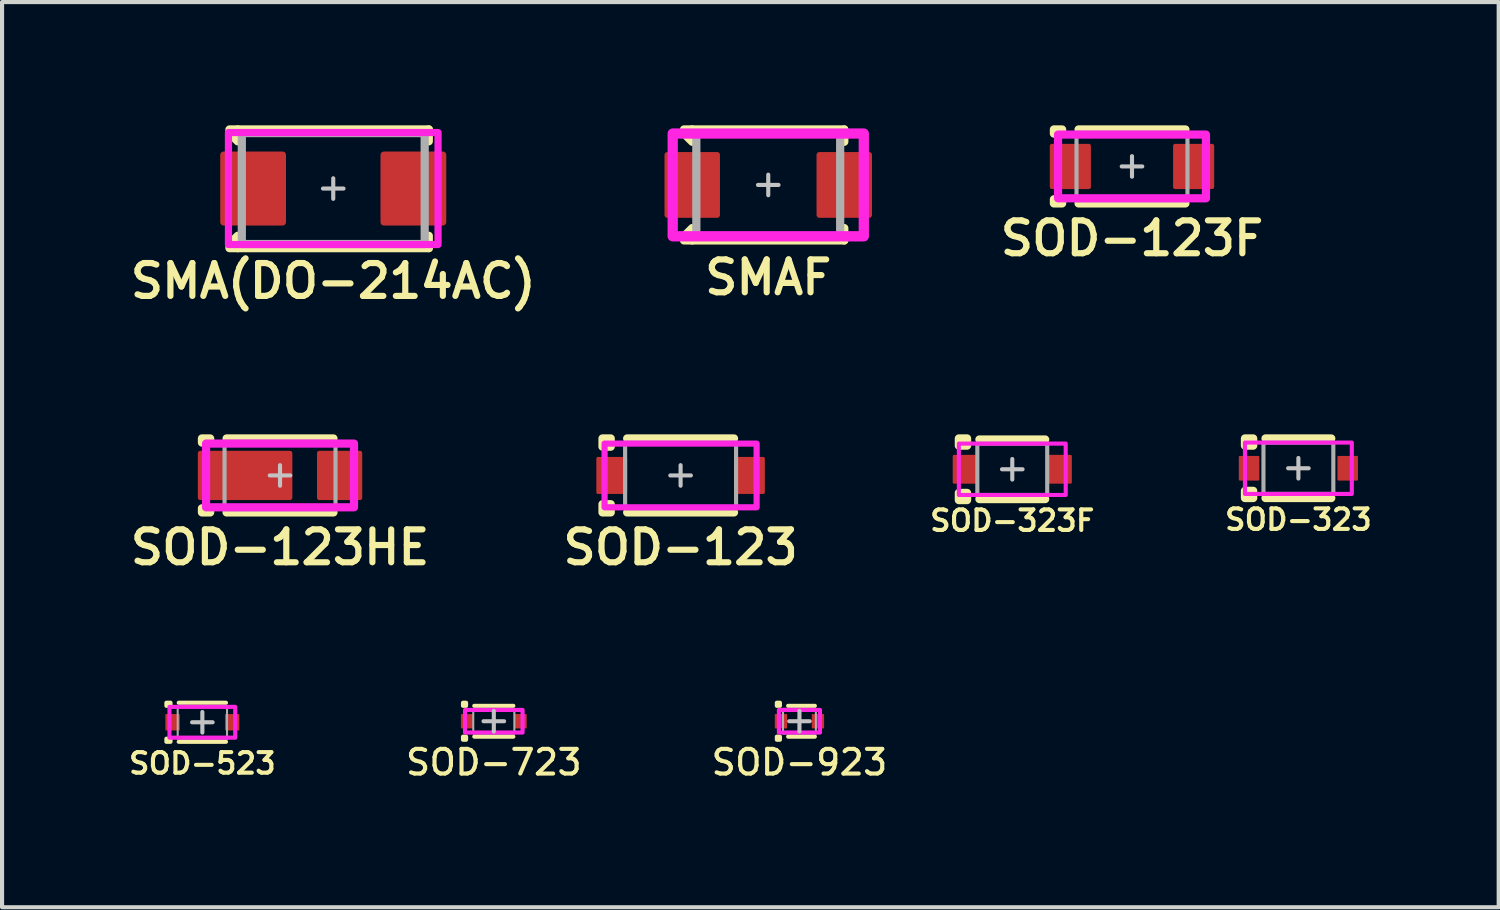
<source format=kicad_pcb>
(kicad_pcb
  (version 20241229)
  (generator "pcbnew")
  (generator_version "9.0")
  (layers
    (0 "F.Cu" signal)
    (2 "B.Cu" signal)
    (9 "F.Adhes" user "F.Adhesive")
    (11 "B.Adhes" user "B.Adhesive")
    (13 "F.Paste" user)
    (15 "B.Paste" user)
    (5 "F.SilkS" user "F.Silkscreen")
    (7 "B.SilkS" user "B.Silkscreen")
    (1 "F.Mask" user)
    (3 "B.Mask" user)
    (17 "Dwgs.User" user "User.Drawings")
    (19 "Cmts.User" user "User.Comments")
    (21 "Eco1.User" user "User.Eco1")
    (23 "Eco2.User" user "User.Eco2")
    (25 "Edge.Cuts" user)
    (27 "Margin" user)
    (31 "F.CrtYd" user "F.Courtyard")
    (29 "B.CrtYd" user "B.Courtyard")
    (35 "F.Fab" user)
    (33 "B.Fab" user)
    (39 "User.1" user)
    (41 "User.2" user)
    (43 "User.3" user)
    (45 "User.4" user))
  (footprint "SOD-323"
    (layer "F.Cu")
    (at 28.544 8.344)
    (property "Reference" "SOD-323" (at 0 1.25 0) (unlocked yes) (layer "F.SilkS") (effects (font (size 0.5 0.5) (thickness 0.1) (bold yes))))
    (attr smd)
    (fp_line (start -0.8 -0.725) (end 0.8 -0.725) (stroke (width 0.2) (type solid)) (layer "F.SilkS"))
    (fp_line (start -0.8 0.725) (end 0.8 0.725) (stroke (width 0.2) (type solid)) (layer "F.SilkS"))
    (fp_rect (start -1.3 -0.725) (end -1.1 -0.55) (stroke (width 0.2) (type solid)) (fill no) (layer "F.SilkS"))
    (fp_rect (start -1.3 0.55) (end -1.1 0.725) (stroke (width 0.2) (type solid)) (fill no) (layer "F.SilkS"))
    (fp_line (start -0.25 0) (end 0.25 0) (stroke (width 0.1) (type solid)) (layer "Dwgs.User"))
    (fp_line (start 0 -0.25) (end 0 0.25) (stroke (width 0.1) (type solid)) (layer "Dwgs.User"))
    (fp_rect (start -1.3 -0.625) (end 1.3 0.625) (stroke (width 0.1) (type solid)) (fill no) (layer "F.CrtYd"))
    (fp_rect (start -0.85 -0.625) (end 0.85 0.625) (stroke (width 0.1) (type solid)) (fill no) (layer "F.Fab"))
    (pad "1" smd roundrect (at -1.2 0 90) (size 0.6 0.5) (layers "F.Cu" "F.Mask" "F.Paste") (roundrect_rratio 0.05))
    (pad "2" smd roundrect (at 1.2 0 90) (size 0.6 0.5) (layers "F.Cu" "F.Mask" "F.Paste") (roundrect_rratio 0.05)))
  (footprint "SOD-723"
    (layer "F.Cu")
    (at 8.966 14.5)
    (property "Reference" "SOD-723" (at 0 1 0) (unlocked yes) (layer "F.SilkS") (effects (font (size 0.6 0.6) (thickness 0.1))))
    (attr smd)
    (fp_line (start -0.475 -0.375) (end 0.475 -0.375) (stroke (width 0.1) (type solid)) (layer "F.SilkS"))
    (fp_line (start -0.475 0.375) (end 0.475 0.375) (stroke (width 0.1) (type solid)) (layer "F.SilkS"))
    (fp_rect (start -0.75 -0.375) (end -0.675 -0.45) (stroke (width 0.1) (type solid)) (fill no) (layer "F.SilkS"))
    (fp_rect (start -0.75 0.375) (end -0.675 0.45) (stroke (width 0.1) (type solid)) (fill no) (layer "F.SilkS"))
    (fp_line (start -0.25 0) (end 0.25 0) (stroke (width 0.1) (type solid)) (layer "Dwgs.User"))
    (fp_line (start 0 -0.25) (end 0 0.25) (stroke (width 0.1) (type solid)) (layer "Dwgs.User"))
    (fp_rect (start -0.7 -0.275) (end 0.7 0.275) (stroke (width 0.1) (type solid)) (fill no) (layer "F.CrtYd"))
    (fp_rect (start -0.5 -0.3) (end 0.5 0.3) (stroke (width 0.05) (type solid)) (fill no) (layer "F.Fab"))
    (pad "1" smd roundrect (at -0.65 0 90) (size 0.35 0.3) (layers "F.Cu" "F.Mask" "F.Paste") (roundrect_rratio 0.05))
    (pad "2" smd roundrect (at 0.65 0 90) (size 0.35 0.3) (layers "F.Cu" "F.Mask" "F.Paste") (roundrect_rratio 0.05)))
  (footprint "SOD-123F"
    (layer "F.Cu")
    (at 24.495 1)
    (property "Reference" "SOD-123F" (at 0 1.75 0) (unlocked yes) (layer "F.SilkS") (effects (font (size 0.8 0.8) (thickness 0.15))))
    (attr smd)
    (fp_line (start -1.3 -0.9) (end 1.3 -0.9) (stroke (width 0.2) (type solid)) (layer "F.SilkS"))
    (fp_line (start -1.3 0.9) (end 1.3 0.9) (stroke (width 0.2) (type solid)) (layer "F.SilkS"))
    (fp_rect (start -1.9 -0.8) (end -1.7 -0.9) (stroke (width 0.2) (type solid)) (fill no) (layer "F.SilkS"))
    (fp_rect (start -1.9 0.9) (end -1.7 0.8) (stroke (width 0.2) (type solid)) (fill no) (layer "F.SilkS"))
    (fp_line (start -0.25 0) (end 0.25 0) (stroke (width 0.1) (type solid)) (layer "Dwgs.User"))
    (fp_line (start 0 -0.25) (end 0 0.25) (stroke (width 0.1) (type solid)) (layer "Dwgs.User"))
    (fp_rect (start -1.8 -0.775) (end 1.8 0.775) (stroke (width 0.2) (type solid)) (fill no) (layer "F.CrtYd"))
    (fp_rect (start -1.35 -0.825) (end 1.35 0.825) (stroke (width 0.1) (type solid)) (fill no) (layer "F.Fab"))
    (pad "1" smd roundrect (at -1.5 0 90) (size 1.1 1) (layers "F.Cu" "F.Mask" "F.Paste") (roundrect_rratio 0.05))
    (pad "2" smd roundrect (at 1.5 0 90) (size 1.1 1) (layers "F.Cu" "F.Mask" "F.Paste") (roundrect_rratio 0.05)))
  (footprint "SMA(DO-214AC)"
    (layer "F.Cu")
    (at 5.059 1.538)
    (property "Reference" "SMA(DO-214AC)" (at 0 2.25 0) (unlocked yes) (layer "F.SilkS") (effects (font (size 0.8 0.8) (thickness 0.15))))
    (attr smd)
    (fp_line (start -2.325 1.45) (end 2.325 1.45) (stroke (width 0.2) (type solid)) (layer "F.SilkS"))
    (fp_line (start 2.325 -1.438) (end -2.325 -1.438) (stroke (width 0.2) (type solid)) (layer "F.SilkS"))
    (fp_line (start 2.325 -1.15) (end 2.325 -1.438) (stroke (width 0.2) (type solid)) (layer "F.SilkS"))
    (fp_line (start 2.325 1.45) (end 2.325 1.15) (stroke (width 0.2) (type solid)) (layer "F.SilkS"))
    (fp_poly (pts (xy -2.325 -1.15) (xy -2.525 -1.35) (xy -2.525 -1.438) (xy -2.325 -1.438)) (stroke (width 0.2) (type solid)) (fill yes) (layer "F.SilkS"))
    (fp_poly (pts (xy -2.325 1.15) (xy -2.525 1.35) (xy -2.525 1.45) (xy -2.325 1.45)) (stroke (width 0.2) (type solid)) (fill yes) (layer "F.SilkS"))
    (fp_line (start -0.25 0) (end 0.25 0) (stroke (width 0.1) (type solid)) (layer "Dwgs.User"))
    (fp_line (start 0 -0.25) (end 0 0.25) (stroke (width 0.1) (type solid)) (layer "Dwgs.User"))
    (fp_rect (start -2.55 -1.363) (end 2.55 1.363) (stroke (width 0.175) (type solid)) (fill no) (layer "F.CrtYd"))
    (fp_rect (start -2.225 -1.35) (end 2.225 1.35) (stroke (width 0.2) (type solid)) (fill no) (layer "F.Fab"))
    (pad "1" smd roundrect (at -1.95 0 90) (size 1.8 1.6) (layers "F.Cu" "F.Mask" "F.Paste") (roundrect_rratio 0.05))
    (pad "2" smd roundrect (at 1.95 0 90) (size 1.8 1.6) (layers "F.Cu" "F.Mask" "F.Paste") (roundrect_rratio 0.05)))
  (footprint "SMAF"
    (layer "F.Cu")
    (at 15.644 1.45)
    (property "Reference" "SMAF" (at 0 2.25 0) (unlocked yes) (layer "F.SilkS") (effects (font (size 0.8 0.8) (thickness 0.15))))
    (attr smd)
    (fp_line (start 1.85 -1.35) (end -1.85 -1.35) (stroke (width 0.2) (type solid)) (layer "F.SilkS"))
    (fp_line (start 1.85 -1.05) (end 1.85 -1.35) (stroke (width 0.2) (type solid)) (layer "F.SilkS"))
    (fp_line (start 1.85 1.05) (end 1.85 1.35) (stroke (width 0.2) (type solid)) (layer "F.SilkS"))
    (fp_line (start 1.85 1.35) (end -1.85 1.35) (stroke (width 0.2) (type solid)) (layer "F.SilkS"))
    (fp_poly (pts (xy -1.85 -1.05) (xy -2.05 -1.25) (xy -2.05 -1.35) (xy -1.85 -1.35)) (stroke (width 0.2) (type solid)) (fill yes) (layer "F.SilkS"))
    (fp_poly (pts (xy -1.85 1.05) (xy -2.05 1.25) (xy -2.05 1.35) (xy -1.85 1.35)) (stroke (width 0.2) (type solid)) (fill yes) (layer "F.SilkS"))
    (fp_line (start -0.25 0) (end 0.25 0) (stroke (width 0.1) (type solid)) (layer "Dwgs.User"))
    (fp_line (start 0 -0.25) (end 0 0.25) (stroke (width 0.1) (type solid)) (layer "Dwgs.User"))
    (fp_rect (start -2.325 -1.25) (end 2.325 1.25) (stroke (width 0.25) (type solid)) (fill no) (layer "F.CrtYd"))
    (fp_rect (start -1.75 -1.25) (end 1.75 1.25) (stroke (width 0.2) (type solid)) (fill no) (layer "F.Fab"))
    (pad "1" smd roundrect (at -1.85 0 90) (size 1.6 1.35) (layers "F.Cu" "F.Mask" "F.Paste") (roundrect_rratio 0.05))
    (pad "2" smd roundrect (at 1.85 0 90) (size 1.6 1.35) (layers "F.Cu" "F.Mask" "F.Paste") (roundrect_rratio 0.05)))
  (footprint "SOD-923"
    (layer "F.Cu")
    (at 16.403 14.5)
    (property "Reference" "SOD-923" (at 0 1 0) (unlocked yes) (layer "F.SilkS") (effects (font (size 0.6 0.6) (thickness 0.1))))
    (attr smd)
    (fp_line (start -0.275 -0.375) (end 0.375 -0.375) (stroke (width 0.1) (type solid)) (layer "F.SilkS"))
    (fp_line (start -0.275 0.375) (end 0.375 0.375) (stroke (width 0.1) (type solid)) (layer "F.SilkS"))
    (fp_rect (start -0.55 -0.375) (end -0.475 -0.45) (stroke (width 0.1) (type solid)) (fill no) (layer "F.SilkS"))
    (fp_rect (start -0.55 0.375) (end -0.475 0.45) (stroke (width 0.1) (type solid)) (fill no) (layer "F.SilkS"))
    (fp_line (start -0.25 0) (end 0.25 0) (stroke (width 0.1) (type solid)) (layer "Dwgs.User"))
    (fp_line (start 0 -0.25) (end 0 0.25) (stroke (width 0.1) (type solid)) (layer "Dwgs.User"))
    (fp_rect (start -0.5 -0.275) (end 0.5 0.275) (stroke (width 0.1) (type solid)) (fill no) (layer "F.CrtYd"))
    (fp_rect (start -0.4 -0.3) (end 0.4 0.3) (stroke (width 0.05) (type solid)) (fill no) (layer "F.Fab"))
    (pad "1" smd roundrect (at -0.45 0 90) (size 0.35 0.3) (layers "F.Cu" "F.Mask" "F.Paste") (roundrect_rratio 0.05))
    (pad "2" smd roundrect (at 0.45 0 90) (size 0.35 0.3) (layers "F.Cu" "F.Mask" "F.Paste") (roundrect_rratio 0.05)))
  (footprint "SOD-123HE"
    (layer "F.Cu")
    (at 3.764 8.519)
    (property "Reference" "SOD-123HE" (at 0 1.75 0) (unlocked yes) (layer "F.SilkS") (effects (font (size 0.8 0.8) (thickness 0.15))))
    (attr smd)
    (fp_line (start -1.3 -0.9) (end 1.3 -0.9) (stroke (width 0.2) (type solid)) (layer "F.SilkS"))
    (fp_line (start -1.3 0.9) (end 1.3 0.9) (stroke (width 0.2) (type solid)) (layer "F.SilkS"))
    (fp_rect (start -1.9 -0.8) (end -1.7 -0.9) (stroke (width 0.2) (type solid)) (fill no) (layer "F.SilkS"))
    (fp_rect (start -1.9 0.9) (end -1.7 0.8) (stroke (width 0.2) (type solid)) (fill no) (layer "F.SilkS"))
    (fp_line (start -0.25 0) (end 0.25 0) (stroke (width 0.1) (type solid)) (layer "Dwgs.User"))
    (fp_line (start 0 -0.25) (end 0 0.25) (stroke (width 0.1) (type solid)) (layer "Dwgs.User"))
    (fp_rect (start -1.8 -0.775) (end 1.8 0.775) (stroke (width 0.2) (type solid)) (fill no) (layer "F.CrtYd"))
    (fp_rect (start -1.35 -0.825) (end 1.35 0.825) (stroke (width 0.1) (type solid)) (fill no) (layer "F.Fab"))
    (pad "1" smd roundrect (at -0.85 0) (size 2.3 1.2) (layers "F.Cu" "F.Mask" "F.Paste") (roundrect_rratio 0.05))
    (pad "2" smd roundrect (at 1.45 0 90) (size 1.2 1.1) (layers "F.Cu" "F.Mask" "F.Paste") (roundrect_rratio 0.05)))
  (footprint "SOD-523"
    (layer "F.Cu")
    (at 1.874 14.525)
    (property "Reference" "SOD-523" (at 0 1 0) (unlocked yes) (layer "F.SilkS") (effects (font (size 0.5 0.5) (thickness 0.1))))
    (attr smd)
    (fp_line (start -0.575 -0.475) (end 0.575 -0.475) (stroke (width 0.1) (type solid)) (layer "F.SilkS"))
    (fp_line (start -0.575 0.475) (end 0.575 0.475) (stroke (width 0.1) (type solid)) (layer "F.SilkS"))
    (fp_rect (start -0.875 -0.475) (end -0.775 -0.4) (stroke (width 0.1) (type solid)) (fill no) (layer "F.SilkS"))
    (fp_rect (start -0.875 0.4) (end -0.775 0.475) (stroke (width 0.1) (type solid)) (fill no) (layer "F.SilkS"))
    (fp_line (start -0.25 0) (end 0.25 0) (stroke (width 0.1) (type solid)) (layer "Dwgs.User"))
    (fp_line (start 0 -0.25) (end 0 0.25) (stroke (width 0.1) (type solid)) (layer "Dwgs.User"))
    (fp_rect (start -0.8 -0.375) (end 0.8 0.375) (stroke (width 0.1) (type solid)) (fill no) (layer "F.CrtYd"))
    (fp_rect (start -0.6 -0.4) (end 0.6 0.4) (stroke (width 0.05) (type solid)) (fill no) (layer "F.Fab"))
    (pad "1" smd roundrect (at -0.725 0 90) (size 0.4 0.35) (layers "F.Cu" "F.Mask" "F.Paste") (roundrect_rratio 0.05))
    (pad "2" smd roundrect (at 0.725 0 90) (size 0.4 0.35) (layers "F.Cu" "F.Mask" "F.Paste") (roundrect_rratio 0.05)))
  (footprint "SOD-323F"
    (layer "F.Cu")
    (at 21.582 8.369)
    (property "Reference" "SOD-323F" (at 0 1.25 0) (unlocked yes) (layer "F.SilkS") (effects (font (size 0.5 0.5) (thickness 0.1) (bold yes))))
    (attr smd)
    (fp_line (start -0.8 -0.725) (end 0.8 -0.725) (stroke (width 0.2) (type solid)) (layer "F.SilkS"))
    (fp_line (start -0.8 0.725) (end 0.8 0.725) (stroke (width 0.2) (type solid)) (layer "F.SilkS"))
    (fp_rect (start -1.3 -0.75) (end -1.1 -0.575) (stroke (width 0.2) (type solid)) (fill no) (layer "F.SilkS"))
    (fp_rect (start -1.3 0.575) (end -1.1 0.75) (stroke (width 0.2) (type solid)) (fill no) (layer "F.SilkS"))
    (fp_line (start -0.25 0) (end 0.25 0) (stroke (width 0.1) (type solid)) (layer "Dwgs.User"))
    (fp_line (start 0 -0.25) (end 0 0.25) (stroke (width 0.1) (type solid)) (layer "Dwgs.User"))
    (fp_rect (start -1.3 -0.625) (end 1.3 0.625) (stroke (width 0.1) (type solid)) (fill no) (layer "F.CrtYd"))
    (fp_rect (start -0.85 -0.625) (end 0.85 0.625) (stroke (width 0.1) (type solid)) (fill no) (layer "F.Fab"))
    (pad "1" smd roundrect (at -1.137 0 90) (size 0.7 0.625) (layers "F.Cu" "F.Mask" "F.Paste") (roundrect_rratio 0.05))
    (pad "2" smd roundrect (at 1.137 0 90) (size 0.7 0.625) (layers "F.Cu" "F.Mask" "F.Paste") (roundrect_rratio 0.05)))
  (footprint "SOD-123"
    (layer "F.Cu")
    (at 13.511 8.519)
    (property "Reference" "SOD-123" (at 0 1.75 0) (unlocked yes) (layer "F.SilkS") (effects (font (size 0.8 0.8) (thickness 0.15))))
    (attr smd)
    (fp_line (start -1.3 -0.9) (end 1.3 -0.9) (stroke (width 0.2) (type solid)) (layer "F.SilkS"))
    (fp_line (start -1.3 0.9) (end 1.3 0.9) (stroke (width 0.2) (type solid)) (layer "F.SilkS"))
    (fp_rect (start -1.9 -0.9) (end -1.7 -0.7) (stroke (width 0.2) (type solid)) (fill no) (layer "F.SilkS"))
    (fp_rect (start -1.9 0.7) (end -1.7 0.9) (stroke (width 0.2) (type solid)) (fill no) (layer "F.SilkS"))
    (fp_line (start -0.25 0) (end 0.25 0) (stroke (width 0.1) (type solid)) (layer "Dwgs.User"))
    (fp_line (start 0 -0.25) (end 0 0.25) (stroke (width 0.1) (type solid)) (layer "Dwgs.User"))
    (fp_rect (start -1.85 -0.775) (end 1.85 0.775) (stroke (width 0.15) (type solid)) (fill no) (layer "F.CrtYd"))
    (fp_rect (start -1.35 -0.8) (end 1.35 0.8) (stroke (width 0.1) (type solid)) (fill no) (layer "F.Fab"))
    (pad "1" smd roundrect (at -1.675 0 90) (size 0.9 0.75) (layers "F.Cu" "F.Mask" "F.Paste") (roundrect_rratio 0.05))
    (pad "2" smd roundrect (at 1.675 0 90) (size 0.9 0.75) (layers "F.Cu" "F.Mask" "F.Paste") (roundrect_rratio 0.05)))
  (gr_rect
    (start -3 -3)
    (end 33.418 19.026)
    (stroke (width 0.1) (type default))
    (fill no)
    (layer "Edge.Cuts")))
</source>
